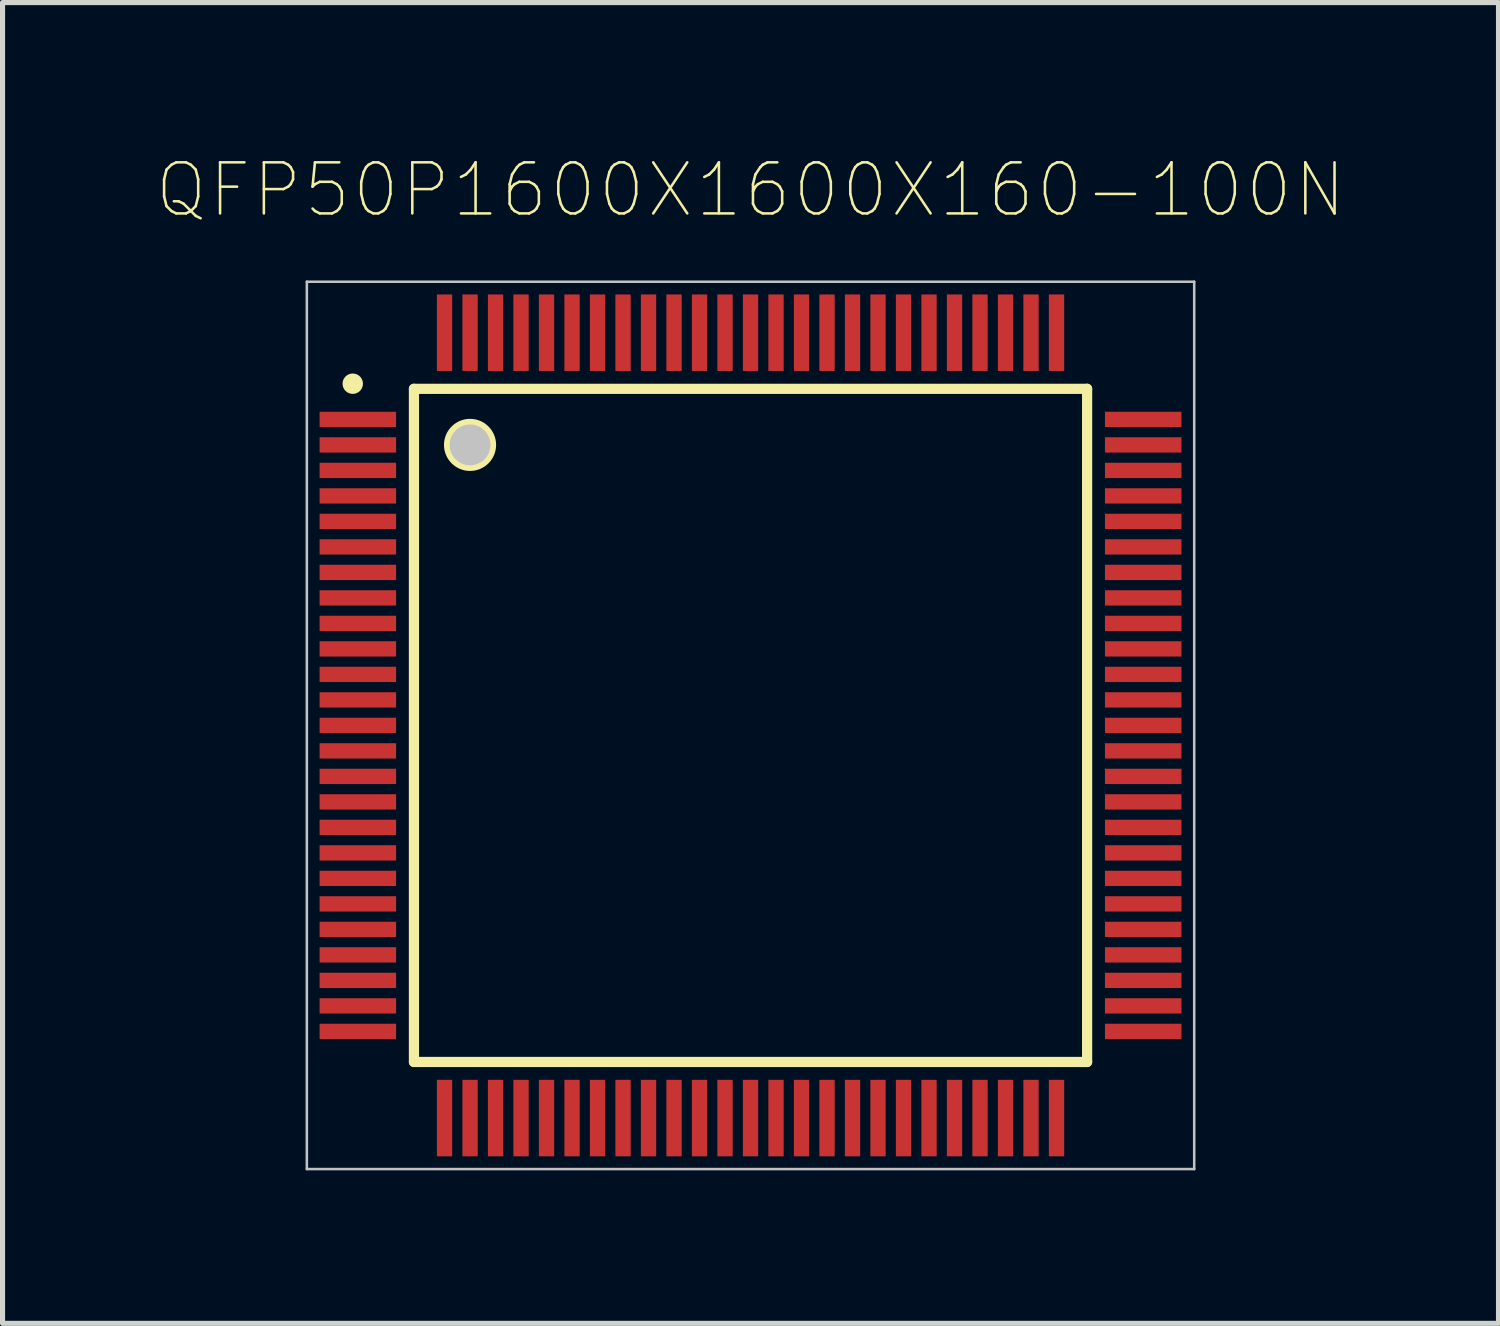
<source format=kicad_pcb>
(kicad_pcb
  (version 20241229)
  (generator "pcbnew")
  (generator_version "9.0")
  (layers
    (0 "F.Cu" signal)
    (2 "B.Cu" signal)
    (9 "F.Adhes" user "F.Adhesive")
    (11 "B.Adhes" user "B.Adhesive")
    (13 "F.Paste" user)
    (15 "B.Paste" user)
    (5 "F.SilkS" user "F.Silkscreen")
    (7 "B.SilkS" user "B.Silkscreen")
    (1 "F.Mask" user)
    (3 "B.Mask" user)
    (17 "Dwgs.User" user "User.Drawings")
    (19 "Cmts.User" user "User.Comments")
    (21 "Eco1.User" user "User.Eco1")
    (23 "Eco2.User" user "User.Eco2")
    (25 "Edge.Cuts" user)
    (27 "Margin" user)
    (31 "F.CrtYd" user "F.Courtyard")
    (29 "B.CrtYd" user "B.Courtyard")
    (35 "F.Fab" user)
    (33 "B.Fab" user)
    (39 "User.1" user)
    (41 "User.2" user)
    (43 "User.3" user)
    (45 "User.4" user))
  (footprint "QFP50P1600X1600X160-100N"
    (layer "F.Cu")
    (at 11.667 11.174)
    (property "Reference" "QFP50P1600X1600X160-100N" (at 0 -10.5 0) (layer "F.SilkS") (effects (font (size 1.002 1.002) (thickness 0.05))))
    (attr smd)
    (fp_line (start -6.6 -6.6) (end 6.6 -6.6) (stroke (width 0.2) (type solid)) (layer "F.SilkS"))
    (fp_line (start -6.6 6.6) (end -6.6 -6.6) (stroke (width 0.2) (type solid)) (layer "F.SilkS"))
    (fp_line (start 6.6 -6.6) (end 6.6 6.6) (stroke (width 0.2) (type solid)) (layer "F.SilkS"))
    (fp_line (start 6.6 6.6) (end -6.6 6.6) (stroke (width 0.2) (type solid)) (layer "F.SilkS"))
    (fp_circle (center -7.8 -6.7) (end -7.6 -6.7) (stroke (width 0) (type solid)) (fill yes) (layer "F.SilkS"))
    (fp_circle (center -5.5 -5.5) (end -5.359 -5.5) (stroke (width 0.3) (type solid)) (fill no) (layer "F.SilkS"))
    (fp_circle (center -5.5 -5.5) (end -5.139 -5.5) (stroke (width 0.3) (type solid)) (fill no) (layer "F.SilkS"))
    (fp_line (start -8.7 -8.7) (end 8.7 -8.7) (stroke (width 0.05) (type solid)) (layer "Dwgs.User"))
    (fp_line (start -8.7 8.7) (end -8.7 -8.7) (stroke (width 0.05) (type solid)) (layer "Dwgs.User"))
    (fp_line (start 8.7 -8.7) (end 8.7 8.7) (stroke (width 0.05) (type solid)) (layer "Dwgs.User"))
    (fp_line (start 8.7 8.7) (end -8.7 8.7) (stroke (width 0.05) (type solid)) (layer "Dwgs.User"))
    (fp_circle (center -5.5 -5.5) (end -5.1 -5.5) (stroke (width 0) (type solid)) (fill yes) (layer "Dwgs.User"))
    (pad "1" smd rect (at -7.7 -6) (size 1.5 0.3) (layers "F.Cu" "F.Mask" "F.Paste"))
    (pad "2" smd rect (at -7.7 -5.5) (size 1.5 0.3) (layers "F.Cu" "F.Mask" "F.Paste"))
    (pad "3" smd rect (at -7.7 -5) (size 1.5 0.3) (layers "F.Cu" "F.Mask" "F.Paste"))
    (pad "4" smd rect (at -7.7 -4.5) (size 1.5 0.3) (layers "F.Cu" "F.Mask" "F.Paste"))
    (pad "5" smd rect (at -7.7 -4) (size 1.5 0.3) (layers "F.Cu" "F.Mask" "F.Paste"))
    (pad "6" smd rect (at -7.7 -3.5) (size 1.5 0.3) (layers "F.Cu" "F.Mask" "F.Paste"))
    (pad "7" smd rect (at -7.7 -3) (size 1.5 0.3) (layers "F.Cu" "F.Mask" "F.Paste"))
    (pad "8" smd rect (at -7.7 -2.5) (size 1.5 0.3) (layers "F.Cu" "F.Mask" "F.Paste"))
    (pad "9" smd rect (at -7.7 -2) (size 1.5 0.3) (layers "F.Cu" "F.Mask" "F.Paste"))
    (pad "10" smd rect (at -7.7 -1.5) (size 1.5 0.3) (layers "F.Cu" "F.Mask" "F.Paste"))
    (pad "11" smd rect (at -7.7 -1) (size 1.5 0.3) (layers "F.Cu" "F.Mask" "F.Paste"))
    (pad "12" smd rect (at -7.7 -0.5) (size 1.5 0.3) (layers "F.Cu" "F.Mask" "F.Paste"))
    (pad "13" smd rect (at -7.7 0) (size 1.5 0.3) (layers "F.Cu" "F.Mask" "F.Paste"))
    (pad "14" smd rect (at -7.7 0.5) (size 1.5 0.3) (layers "F.Cu" "F.Mask" "F.Paste"))
    (pad "15" smd rect (at -7.7 1) (size 1.5 0.3) (layers "F.Cu" "F.Mask" "F.Paste"))
    (pad "16" smd rect (at -7.7 1.5) (size 1.5 0.3) (layers "F.Cu" "F.Mask" "F.Paste"))
    (pad "17" smd rect (at -7.7 2) (size 1.5 0.3) (layers "F.Cu" "F.Mask" "F.Paste"))
    (pad "18" smd rect (at -7.7 2.5) (size 1.5 0.3) (layers "F.Cu" "F.Mask" "F.Paste"))
    (pad "19" smd rect (at -7.7 3) (size 1.5 0.3) (layers "F.Cu" "F.Mask" "F.Paste"))
    (pad "20" smd rect (at -7.7 3.5) (size 1.5 0.3) (layers "F.Cu" "F.Mask" "F.Paste"))
    (pad "21" smd rect (at -7.7 4) (size 1.5 0.3) (layers "F.Cu" "F.Mask" "F.Paste"))
    (pad "22" smd rect (at -7.7 4.5) (size 1.5 0.3) (layers "F.Cu" "F.Mask" "F.Paste"))
    (pad "23" smd rect (at -7.7 5) (size 1.5 0.3) (layers "F.Cu" "F.Mask" "F.Paste"))
    (pad "24" smd rect (at -7.7 5.5) (size 1.5 0.3) (layers "F.Cu" "F.Mask" "F.Paste"))
    (pad "25" smd rect (at -7.7 6) (size 1.5 0.3) (layers "F.Cu" "F.Mask" "F.Paste"))
    (pad "26" smd rect (at -6 7.7 90) (size 1.5 0.3) (layers "F.Cu" "F.Mask" "F.Paste"))
    (pad "27" smd rect (at -5.5 7.7 90) (size 1.5 0.3) (layers "F.Cu" "F.Mask" "F.Paste"))
    (pad "28" smd rect (at -5 7.7 90) (size 1.5 0.3) (layers "F.Cu" "F.Mask" "F.Paste"))
    (pad "29" smd rect (at -4.5 7.7 90) (size 1.5 0.3) (layers "F.Cu" "F.Mask" "F.Paste"))
    (pad "30" smd rect (at -4 7.7 90) (size 1.5 0.3) (layers "F.Cu" "F.Mask" "F.Paste"))
    (pad "31" smd rect (at -3.5 7.7 90) (size 1.5 0.3) (layers "F.Cu" "F.Mask" "F.Paste"))
    (pad "32" smd rect (at -3 7.7 90) (size 1.5 0.3) (layers "F.Cu" "F.Mask" "F.Paste"))
    (pad "33" smd rect (at -2.5 7.7 90) (size 1.5 0.3) (layers "F.Cu" "F.Mask" "F.Paste"))
    (pad "34" smd rect (at -2 7.7 90) (size 1.5 0.3) (layers "F.Cu" "F.Mask" "F.Paste"))
    (pad "35" smd rect (at -1.5 7.7 90) (size 1.5 0.3) (layers "F.Cu" "F.Mask" "F.Paste"))
    (pad "36" smd rect (at -1 7.7 90) (size 1.5 0.3) (layers "F.Cu" "F.Mask" "F.Paste"))
    (pad "37" smd rect (at -0.5 7.7 90) (size 1.5 0.3) (layers "F.Cu" "F.Mask" "F.Paste"))
    (pad "38" smd rect (at 0 7.7 90) (size 1.5 0.3) (layers "F.Cu" "F.Mask" "F.Paste"))
    (pad "39" smd rect (at 0.5 7.7 90) (size 1.5 0.3) (layers "F.Cu" "F.Mask" "F.Paste"))
    (pad "40" smd rect (at 1 7.7 90) (size 1.5 0.3) (layers "F.Cu" "F.Mask" "F.Paste"))
    (pad "41" smd rect (at 1.5 7.7 90) (size 1.5 0.3) (layers "F.Cu" "F.Mask" "F.Paste"))
    (pad "42" smd rect (at 2 7.7 90) (size 1.5 0.3) (layers "F.Cu" "F.Mask" "F.Paste"))
    (pad "43" smd rect (at 2.5 7.7 90) (size 1.5 0.3) (layers "F.Cu" "F.Mask" "F.Paste"))
    (pad "44" smd rect (at 3 7.7 90) (size 1.5 0.3) (layers "F.Cu" "F.Mask" "F.Paste"))
    (pad "45" smd rect (at 3.5 7.7 90) (size 1.5 0.3) (layers "F.Cu" "F.Mask" "F.Paste"))
    (pad "46" smd rect (at 4 7.7 90) (size 1.5 0.3) (layers "F.Cu" "F.Mask" "F.Paste"))
    (pad "47" smd rect (at 4.5 7.7 90) (size 1.5 0.3) (layers "F.Cu" "F.Mask" "F.Paste"))
    (pad "48" smd rect (at 5 7.7 90) (size 1.5 0.3) (layers "F.Cu" "F.Mask" "F.Paste"))
    (pad "49" smd rect (at 5.5 7.7 90) (size 1.5 0.3) (layers "F.Cu" "F.Mask" "F.Paste"))
    (pad "50" smd rect (at 6 7.7 90) (size 1.5 0.3) (layers "F.Cu" "F.Mask" "F.Paste"))
    (pad "51" smd rect (at 7.7 6 180) (size 1.5 0.3) (layers "F.Cu" "F.Mask" "F.Paste"))
    (pad "52" smd rect (at 7.7 5.5 180) (size 1.5 0.3) (layers "F.Cu" "F.Mask" "F.Paste"))
    (pad "53" smd rect (at 7.7 5 180) (size 1.5 0.3) (layers "F.Cu" "F.Mask" "F.Paste"))
    (pad "54" smd rect (at 7.7 4.5 180) (size 1.5 0.3) (layers "F.Cu" "F.Mask" "F.Paste"))
    (pad "55" smd rect (at 7.7 4 180) (size 1.5 0.3) (layers "F.Cu" "F.Mask" "F.Paste"))
    (pad "56" smd rect (at 7.7 3.5 180) (size 1.5 0.3) (layers "F.Cu" "F.Mask" "F.Paste"))
    (pad "57" smd rect (at 7.7 3 180) (size 1.5 0.3) (layers "F.Cu" "F.Mask" "F.Paste"))
    (pad "58" smd rect (at 7.7 2.5 180) (size 1.5 0.3) (layers "F.Cu" "F.Mask" "F.Paste"))
    (pad "59" smd rect (at 7.7 2 180) (size 1.5 0.3) (layers "F.Cu" "F.Mask" "F.Paste"))
    (pad "60" smd rect (at 7.7 1.5 180) (size 1.5 0.3) (layers "F.Cu" "F.Mask" "F.Paste"))
    (pad "61" smd rect (at 7.7 1 180) (size 1.5 0.3) (layers "F.Cu" "F.Mask" "F.Paste"))
    (pad "62" smd rect (at 7.7 0.5 180) (size 1.5 0.3) (layers "F.Cu" "F.Mask" "F.Paste"))
    (pad "63" smd rect (at 7.7 0 180) (size 1.5 0.3) (layers "F.Cu" "F.Mask" "F.Paste"))
    (pad "64" smd rect (at 7.7 -0.5 180) (size 1.5 0.3) (layers "F.Cu" "F.Mask" "F.Paste"))
    (pad "65" smd rect (at 7.7 -1 180) (size 1.5 0.3) (layers "F.Cu" "F.Mask" "F.Paste"))
    (pad "66" smd rect (at 7.7 -1.5 180) (size 1.5 0.3) (layers "F.Cu" "F.Mask" "F.Paste"))
    (pad "67" smd rect (at 7.7 -2 180) (size 1.5 0.3) (layers "F.Cu" "F.Mask" "F.Paste"))
    (pad "68" smd rect (at 7.7 -2.5 180) (size 1.5 0.3) (layers "F.Cu" "F.Mask" "F.Paste"))
    (pad "69" smd rect (at 7.7 -3 180) (size 1.5 0.3) (layers "F.Cu" "F.Mask" "F.Paste"))
    (pad "70" smd rect (at 7.7 -3.5 180) (size 1.5 0.3) (layers "F.Cu" "F.Mask" "F.Paste"))
    (pad "71" smd rect (at 7.7 -4 180) (size 1.5 0.3) (layers "F.Cu" "F.Mask" "F.Paste"))
    (pad "72" smd rect (at 7.7 -4.5 180) (size 1.5 0.3) (layers "F.Cu" "F.Mask" "F.Paste"))
    (pad "73" smd rect (at 7.7 -5 180) (size 1.5 0.3) (layers "F.Cu" "F.Mask" "F.Paste"))
    (pad "74" smd rect (at 7.7 -5.5 180) (size 1.5 0.3) (layers "F.Cu" "F.Mask" "F.Paste"))
    (pad "75" smd rect (at 7.7 -6 180) (size 1.5 0.3) (layers "F.Cu" "F.Mask" "F.Paste"))
    (pad "76" smd rect (at 6 -7.7 270) (size 1.5 0.3) (layers "F.Cu" "F.Mask" "F.Paste"))
    (pad "77" smd rect (at 5.5 -7.7 270) (size 1.5 0.3) (layers "F.Cu" "F.Mask" "F.Paste"))
    (pad "78" smd rect (at 5 -7.7 270) (size 1.5 0.3) (layers "F.Cu" "F.Mask" "F.Paste"))
    (pad "79" smd rect (at 4.5 -7.7 270) (size 1.5 0.3) (layers "F.Cu" "F.Mask" "F.Paste"))
    (pad "80" smd rect (at 4 -7.7 270) (size 1.5 0.3) (layers "F.Cu" "F.Mask" "F.Paste"))
    (pad "81" smd rect (at 3.5 -7.7 270) (size 1.5 0.3) (layers "F.Cu" "F.Mask" "F.Paste"))
    (pad "82" smd rect (at 3 -7.7 270) (size 1.5 0.3) (layers "F.Cu" "F.Mask" "F.Paste"))
    (pad "83" smd rect (at 2.5 -7.7 270) (size 1.5 0.3) (layers "F.Cu" "F.Mask" "F.Paste"))
    (pad "84" smd rect (at 2 -7.7 270) (size 1.5 0.3) (layers "F.Cu" "F.Mask" "F.Paste"))
    (pad "85" smd rect (at 1.5 -7.7 270) (size 1.5 0.3) (layers "F.Cu" "F.Mask" "F.Paste"))
    (pad "86" smd rect (at 1 -7.7 270) (size 1.5 0.3) (layers "F.Cu" "F.Mask" "F.Paste"))
    (pad "87" smd rect (at 0.5 -7.7 270) (size 1.5 0.3) (layers "F.Cu" "F.Mask" "F.Paste"))
    (pad "88" smd rect (at 0 -7.7 270) (size 1.5 0.3) (layers "F.Cu" "F.Mask" "F.Paste"))
    (pad "89" smd rect (at -0.5 -7.7 270) (size 1.5 0.3) (layers "F.Cu" "F.Mask" "F.Paste"))
    (pad "90" smd rect (at -1 -7.7 270) (size 1.5 0.3) (layers "F.Cu" "F.Mask" "F.Paste"))
    (pad "91" smd rect (at -1.5 -7.7 270) (size 1.5 0.3) (layers "F.Cu" "F.Mask" "F.Paste"))
    (pad "92" smd rect (at -2 -7.7 270) (size 1.5 0.3) (layers "F.Cu" "F.Mask" "F.Paste"))
    (pad "93" smd rect (at -2.5 -7.7 270) (size 1.5 0.3) (layers "F.Cu" "F.Mask" "F.Paste"))
    (pad "94" smd rect (at -3 -7.7 270) (size 1.5 0.3) (layers "F.Cu" "F.Mask" "F.Paste"))
    (pad "95" smd rect (at -3.5 -7.7 270) (size 1.5 0.3) (layers "F.Cu" "F.Mask" "F.Paste"))
    (pad "96" smd rect (at -4 -7.7 270) (size 1.5 0.3) (layers "F.Cu" "F.Mask" "F.Paste"))
    (pad "97" smd rect (at -4.5 -7.7 270) (size 1.5 0.3) (layers "F.Cu" "F.Mask" "F.Paste"))
    (pad "98" smd rect (at -5 -7.7 270) (size 1.5 0.3) (layers "F.Cu" "F.Mask" "F.Paste"))
    (pad "99" smd rect (at -5.5 -7.7 270) (size 1.5 0.3) (layers "F.Cu" "F.Mask" "F.Paste"))
    (pad "100" smd rect (at -6 -7.7 270) (size 1.5 0.3) (layers "F.Cu" "F.Mask" "F.Paste")))
  (gr_rect
    (start -3 -3)
    (end 26.334 22.899)
    (stroke (width 0.1) (type default))
    (fill no)
    (layer "Edge.Cuts")))
</source>
